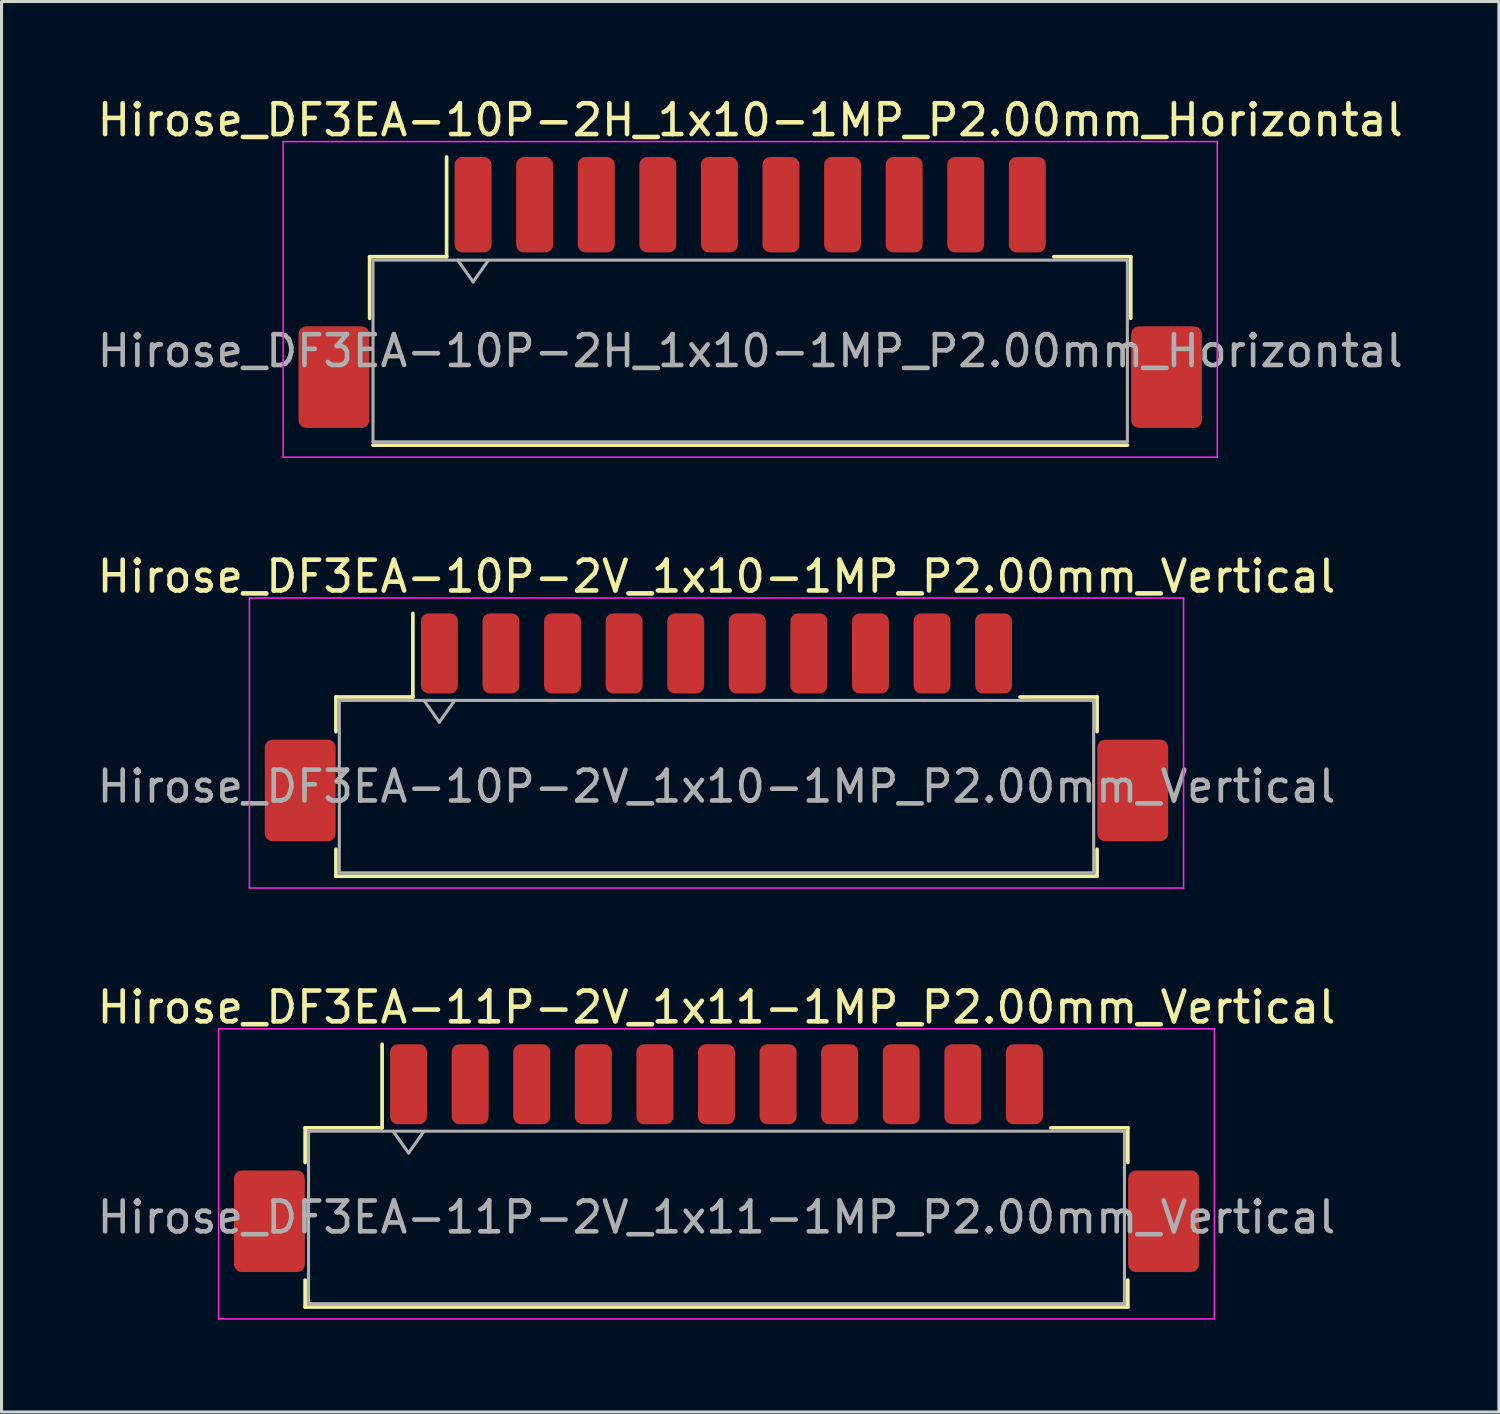
<source format=kicad_pcb>
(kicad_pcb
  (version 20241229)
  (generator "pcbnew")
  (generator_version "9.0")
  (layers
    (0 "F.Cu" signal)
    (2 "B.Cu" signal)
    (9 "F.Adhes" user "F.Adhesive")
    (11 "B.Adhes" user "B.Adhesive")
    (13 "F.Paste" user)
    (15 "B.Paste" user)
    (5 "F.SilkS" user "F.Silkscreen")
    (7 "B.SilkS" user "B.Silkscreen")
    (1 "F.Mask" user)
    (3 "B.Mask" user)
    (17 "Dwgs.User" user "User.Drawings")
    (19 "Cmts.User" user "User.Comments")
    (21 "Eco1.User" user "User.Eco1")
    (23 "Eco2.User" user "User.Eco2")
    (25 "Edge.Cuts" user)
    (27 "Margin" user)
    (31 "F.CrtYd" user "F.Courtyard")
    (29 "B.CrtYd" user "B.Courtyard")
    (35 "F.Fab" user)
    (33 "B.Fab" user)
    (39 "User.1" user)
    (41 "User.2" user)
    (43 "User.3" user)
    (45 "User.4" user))
  (footprint "Hirose_DF3EA-10P-2V_1x10-1MP_P2.00mm_Vertical"
    (layer "F.Cu")
    (at 20.22 20.572)
    (property "Reference" "Hirose_DF3EA-10P-2V_1x10-1MP_P2.00mm_Vertical" (at 0 -4.9 0) (layer "F.SilkS") (effects (font (size 1 1) (thickness 0.15))))
    (attr smd)
    (fp_line (start -12.36 -0.985) (end -9.86 -0.985) (stroke (width 0.12) (type solid)) (layer "F.SilkS"))
    (fp_line (start -12.36 0.14) (end -12.36 -0.985) (stroke (width 0.12) (type solid)) (layer "F.SilkS"))
    (fp_line (start -12.36 3.96) (end -12.36 4.835) (stroke (width 0.12) (type solid)) (layer "F.SilkS"))
    (fp_line (start -12.36 4.835) (end 12.36 4.835) (stroke (width 0.12) (type solid)) (layer "F.SilkS"))
    (fp_line (start -9.86 -0.985) (end -9.86 -3.7) (stroke (width 0.12) (type solid)) (layer "F.SilkS"))
    (fp_line (start 12.36 -0.985) (end 9.86 -0.985) (stroke (width 0.12) (type solid)) (layer "F.SilkS"))
    (fp_line (start 12.36 0.14) (end 12.36 -0.985) (stroke (width 0.12) (type solid)) (layer "F.SilkS"))
    (fp_line (start 12.36 4.835) (end 12.36 3.96) (stroke (width 0.12) (type solid)) (layer "F.SilkS"))
    (fp_line (start -15.17 -4.2) (end -15.17 5.22) (stroke (width 0.05) (type solid)) (layer "F.CrtYd"))
    (fp_line (start -15.17 5.22) (end 15.17 5.22) (stroke (width 0.05) (type solid)) (layer "F.CrtYd"))
    (fp_line (start 15.17 -4.2) (end -15.17 -4.2) (stroke (width 0.05) (type solid)) (layer "F.CrtYd"))
    (fp_line (start 15.17 5.22) (end 15.17 -4.2) (stroke (width 0.05) (type solid)) (layer "F.CrtYd"))
    (fp_line (start -12.25 -0.875) (end -12.25 4.725) (stroke (width 0.1) (type solid)) (layer "F.Fab"))
    (fp_line (start -12.25 -0.875) (end 12.25 -0.875) (stroke (width 0.1) (type solid)) (layer "F.Fab"))
    (fp_line (start -12.25 4.725) (end 12.25 4.725) (stroke (width 0.1) (type solid)) (layer "F.Fab"))
    (fp_line (start -9.5 -0.875) (end -9 -0.168) (stroke (width 0.1) (type solid)) (layer "F.Fab"))
    (fp_line (start -9 -0.168) (end -8.5 -0.875) (stroke (width 0.1) (type solid)) (layer "F.Fab"))
    (fp_line (start 12.25 -0.875) (end 12.25 4.725) (stroke (width 0.1) (type solid)) (layer "F.Fab"))
    (fp_text user "${REFERENCE}" (at 0 1.92 0) (layer "F.Fab") (effects (font (size 1 1) (thickness 0.15))))
    (pad "1" smd roundrect (at -9 -2.4) (size 1.2 2.6) (layers "F.Cu" "F.Mask" "F.Paste") (roundrect_rratio 0.208))
    (pad "2" smd roundrect (at -7 -2.4) (size 1.2 2.6) (layers "F.Cu" "F.Mask" "F.Paste") (roundrect_rratio 0.208))
    (pad "3" smd roundrect (at -5 -2.4) (size 1.2 2.6) (layers "F.Cu" "F.Mask" "F.Paste") (roundrect_rratio 0.208))
    (pad "4" smd roundrect (at -3 -2.4) (size 1.2 2.6) (layers "F.Cu" "F.Mask" "F.Paste") (roundrect_rratio 0.208))
    (pad "5" smd roundrect (at -1 -2.4) (size 1.2 2.6) (layers "F.Cu" "F.Mask" "F.Paste") (roundrect_rratio 0.208))
    (pad "6" smd roundrect (at 1 -2.4) (size 1.2 2.6) (layers "F.Cu" "F.Mask" "F.Paste") (roundrect_rratio 0.208))
    (pad "7" smd roundrect (at 3 -2.4) (size 1.2 2.6) (layers "F.Cu" "F.Mask" "F.Paste") (roundrect_rratio 0.208))
    (pad "8" smd roundrect (at 5 -2.4) (size 1.2 2.6) (layers "F.Cu" "F.Mask" "F.Paste") (roundrect_rratio 0.208))
    (pad "9" smd roundrect (at 7 -2.4) (size 1.2 2.6) (layers "F.Cu" "F.Mask" "F.Paste") (roundrect_rratio 0.208))
    (pad "10" smd roundrect (at 9 -2.4) (size 1.2 2.6) (layers "F.Cu" "F.Mask" "F.Paste") (roundrect_rratio 0.208))
    (pad "MP" smd roundrect (at -13.52 2.05) (size 2.3 3.3) (layers "F.Cu" "F.Mask" "F.Paste") (roundrect_rratio 0.109))
    (pad "MP" smd roundrect (at 13.52 2.05) (size 2.3 3.3) (layers "F.Cu" "F.Mask" "F.Paste") (roundrect_rratio 0.109)))
  (footprint "Hirose_DF3EA-11P-2V_1x11-1MP_P2.00mm_Vertical"
    (layer "F.Cu")
    (at 20.22 34.565)
    (property "Reference" "Hirose_DF3EA-11P-2V_1x11-1MP_P2.00mm_Vertical" (at 0 -4.9 0) (layer "F.SilkS") (effects (font (size 1 1) (thickness 0.15))))
    (attr smd)
    (fp_line (start -13.36 -0.985) (end -10.86 -0.985) (stroke (width 0.12) (type solid)) (layer "F.SilkS"))
    (fp_line (start -13.36 0.14) (end -13.36 -0.985) (stroke (width 0.12) (type solid)) (layer "F.SilkS"))
    (fp_line (start -13.36 3.96) (end -13.36 4.835) (stroke (width 0.12) (type solid)) (layer "F.SilkS"))
    (fp_line (start -13.36 4.835) (end 13.36 4.835) (stroke (width 0.12) (type solid)) (layer "F.SilkS"))
    (fp_line (start -10.86 -0.985) (end -10.86 -3.7) (stroke (width 0.12) (type solid)) (layer "F.SilkS"))
    (fp_line (start 13.36 -0.985) (end 10.86 -0.985) (stroke (width 0.12) (type solid)) (layer "F.SilkS"))
    (fp_line (start 13.36 0.14) (end 13.36 -0.985) (stroke (width 0.12) (type solid)) (layer "F.SilkS"))
    (fp_line (start 13.36 4.835) (end 13.36 3.96) (stroke (width 0.12) (type solid)) (layer "F.SilkS"))
    (fp_line (start -16.17 -4.2) (end -16.17 5.22) (stroke (width 0.05) (type solid)) (layer "F.CrtYd"))
    (fp_line (start -16.17 5.22) (end 16.17 5.22) (stroke (width 0.05) (type solid)) (layer "F.CrtYd"))
    (fp_line (start 16.17 -4.2) (end -16.17 -4.2) (stroke (width 0.05) (type solid)) (layer "F.CrtYd"))
    (fp_line (start 16.17 5.22) (end 16.17 -4.2) (stroke (width 0.05) (type solid)) (layer "F.CrtYd"))
    (fp_line (start -13.25 -0.875) (end -13.25 4.725) (stroke (width 0.1) (type solid)) (layer "F.Fab"))
    (fp_line (start -13.25 -0.875) (end 13.25 -0.875) (stroke (width 0.1) (type solid)) (layer "F.Fab"))
    (fp_line (start -13.25 4.725) (end 13.25 4.725) (stroke (width 0.1) (type solid)) (layer "F.Fab"))
    (fp_line (start -10.5 -0.875) (end -10 -0.168) (stroke (width 0.1) (type solid)) (layer "F.Fab"))
    (fp_line (start -10 -0.168) (end -9.5 -0.875) (stroke (width 0.1) (type solid)) (layer "F.Fab"))
    (fp_line (start 13.25 -0.875) (end 13.25 4.725) (stroke (width 0.1) (type solid)) (layer "F.Fab"))
    (fp_text user "${REFERENCE}" (at 0 1.92 0) (layer "F.Fab") (effects (font (size 1 1) (thickness 0.15))))
    (pad "1" smd roundrect (at -10 -2.4) (size 1.2 2.6) (layers "F.Cu" "F.Mask" "F.Paste") (roundrect_rratio 0.208))
    (pad "2" smd roundrect (at -8 -2.4) (size 1.2 2.6) (layers "F.Cu" "F.Mask" "F.Paste") (roundrect_rratio 0.208))
    (pad "3" smd roundrect (at -6 -2.4) (size 1.2 2.6) (layers "F.Cu" "F.Mask" "F.Paste") (roundrect_rratio 0.208))
    (pad "4" smd roundrect (at -4 -2.4) (size 1.2 2.6) (layers "F.Cu" "F.Mask" "F.Paste") (roundrect_rratio 0.208))
    (pad "5" smd roundrect (at -2 -2.4) (size 1.2 2.6) (layers "F.Cu" "F.Mask" "F.Paste") (roundrect_rratio 0.208))
    (pad "6" smd roundrect (at 0 -2.4) (size 1.2 2.6) (layers "F.Cu" "F.Mask" "F.Paste") (roundrect_rratio 0.208))
    (pad "7" smd roundrect (at 2 -2.4) (size 1.2 2.6) (layers "F.Cu" "F.Mask" "F.Paste") (roundrect_rratio 0.208))
    (pad "8" smd roundrect (at 4 -2.4) (size 1.2 2.6) (layers "F.Cu" "F.Mask" "F.Paste") (roundrect_rratio 0.208))
    (pad "9" smd roundrect (at 6 -2.4) (size 1.2 2.6) (layers "F.Cu" "F.Mask" "F.Paste") (roundrect_rratio 0.208))
    (pad "10" smd roundrect (at 8 -2.4) (size 1.2 2.6) (layers "F.Cu" "F.Mask" "F.Paste") (roundrect_rratio 0.208))
    (pad "11" smd roundrect (at 10 -2.4) (size 1.2 2.6) (layers "F.Cu" "F.Mask" "F.Paste") (roundrect_rratio 0.208))
    (pad "MP" smd roundrect (at -14.52 2.05) (size 2.3 3.3) (layers "F.Cu" "F.Mask" "F.Paste") (roundrect_rratio 0.109))
    (pad "MP" smd roundrect (at 14.52 2.05) (size 2.3 3.3) (layers "F.Cu" "F.Mask" "F.Paste") (roundrect_rratio 0.109)))
  (footprint "Hirose_DF3EA-10P-2H_1x10-1MP_P2.00mm_Horizontal"
    (layer "F.Cu")
    (at 21.315 6.448)
    (property "Reference" "Hirose_DF3EA-10P-2H_1x10-1MP_P2.00mm_Horizontal" (at 0 -5.6 0) (layer "F.SilkS") (effects (font (size 1 1) (thickness 0.15))))
    (attr smd)
    (fp_line (start -12.36 -1.16) (end -9.86 -1.16) (stroke (width 0.12) (type solid)) (layer "F.SilkS"))
    (fp_line (start -12.36 0.84) (end -12.36 -1.16) (stroke (width 0.12) (type solid)) (layer "F.SilkS"))
    (fp_line (start -12.25 4.96) (end 12.25 4.96) (stroke (width 0.12) (type solid)) (layer "F.SilkS"))
    (fp_line (start -9.86 -1.16) (end -9.86 -4.4) (stroke (width 0.12) (type solid)) (layer "F.SilkS"))
    (fp_line (start 12.36 -1.16) (end 9.86 -1.16) (stroke (width 0.12) (type solid)) (layer "F.SilkS"))
    (fp_line (start 12.36 0.84) (end 12.36 -1.16) (stroke (width 0.12) (type solid)) (layer "F.SilkS"))
    (fp_line (start -15.17 -4.9) (end -15.17 5.35) (stroke (width 0.05) (type solid)) (layer "F.CrtYd"))
    (fp_line (start -15.17 5.35) (end 15.17 5.35) (stroke (width 0.05) (type solid)) (layer "F.CrtYd"))
    (fp_line (start 15.17 -4.9) (end -15.17 -4.9) (stroke (width 0.05) (type solid)) (layer "F.CrtYd"))
    (fp_line (start 15.17 5.35) (end 15.17 -4.9) (stroke (width 0.05) (type solid)) (layer "F.CrtYd"))
    (fp_line (start -12.25 -1.05) (end -12.25 4.85) (stroke (width 0.1) (type solid)) (layer "F.Fab"))
    (fp_line (start -12.25 -1.05) (end 12.25 -1.05) (stroke (width 0.1) (type solid)) (layer "F.Fab"))
    (fp_line (start -12.25 4.85) (end 12.25 4.85) (stroke (width 0.1) (type solid)) (layer "F.Fab"))
    (fp_line (start -9.5 -1.05) (end -9 -0.343) (stroke (width 0.1) (type solid)) (layer "F.Fab"))
    (fp_line (start -9 -0.343) (end -8.5 -1.05) (stroke (width 0.1) (type solid)) (layer "F.Fab"))
    (fp_line (start 12.25 -1.05) (end 12.25 4.85) (stroke (width 0.1) (type solid)) (layer "F.Fab"))
    (fp_text user "${REFERENCE}" (at 0 1.9 0) (layer "F.Fab") (effects (font (size 1 1) (thickness 0.15))))
    (pad "1" smd roundrect (at -9 -2.85) (size 1.2 3.1) (layers "F.Cu" "F.Mask" "F.Paste") (roundrect_rratio 0.208))
    (pad "2" smd roundrect (at -7 -2.85) (size 1.2 3.1) (layers "F.Cu" "F.Mask" "F.Paste") (roundrect_rratio 0.208))
    (pad "3" smd roundrect (at -5 -2.85) (size 1.2 3.1) (layers "F.Cu" "F.Mask" "F.Paste") (roundrect_rratio 0.208))
    (pad "4" smd roundrect (at -3 -2.85) (size 1.2 3.1) (layers "F.Cu" "F.Mask" "F.Paste") (roundrect_rratio 0.208))
    (pad "5" smd roundrect (at -1 -2.85) (size 1.2 3.1) (layers "F.Cu" "F.Mask" "F.Paste") (roundrect_rratio 0.208))
    (pad "6" smd roundrect (at 1 -2.85) (size 1.2 3.1) (layers "F.Cu" "F.Mask" "F.Paste") (roundrect_rratio 0.208))
    (pad "7" smd roundrect (at 3 -2.85) (size 1.2 3.1) (layers "F.Cu" "F.Mask" "F.Paste") (roundrect_rratio 0.208))
    (pad "8" smd roundrect (at 5 -2.85) (size 1.2 3.1) (layers "F.Cu" "F.Mask" "F.Paste") (roundrect_rratio 0.208))
    (pad "9" smd roundrect (at 7 -2.85) (size 1.2 3.1) (layers "F.Cu" "F.Mask" "F.Paste") (roundrect_rratio 0.208))
    (pad "10" smd roundrect (at 9 -2.85) (size 1.2 3.1) (layers "F.Cu" "F.Mask" "F.Paste") (roundrect_rratio 0.208))
    (pad "MP" smd roundrect (at -13.52 2.75) (size 2.3 3.3) (layers "F.Cu" "F.Mask" "F.Paste") (roundrect_rratio 0.109))
    (pad "MP" smd roundrect (at 13.52 2.75) (size 2.3 3.3) (layers "F.Cu" "F.Mask" "F.Paste") (roundrect_rratio 0.109)))
  (gr_rect
    (start -3 -3)
    (end 45.631 42.81)
    (stroke (width 0.1) (type default))
    (fill no)
    (layer "Edge.Cuts")))
</source>
